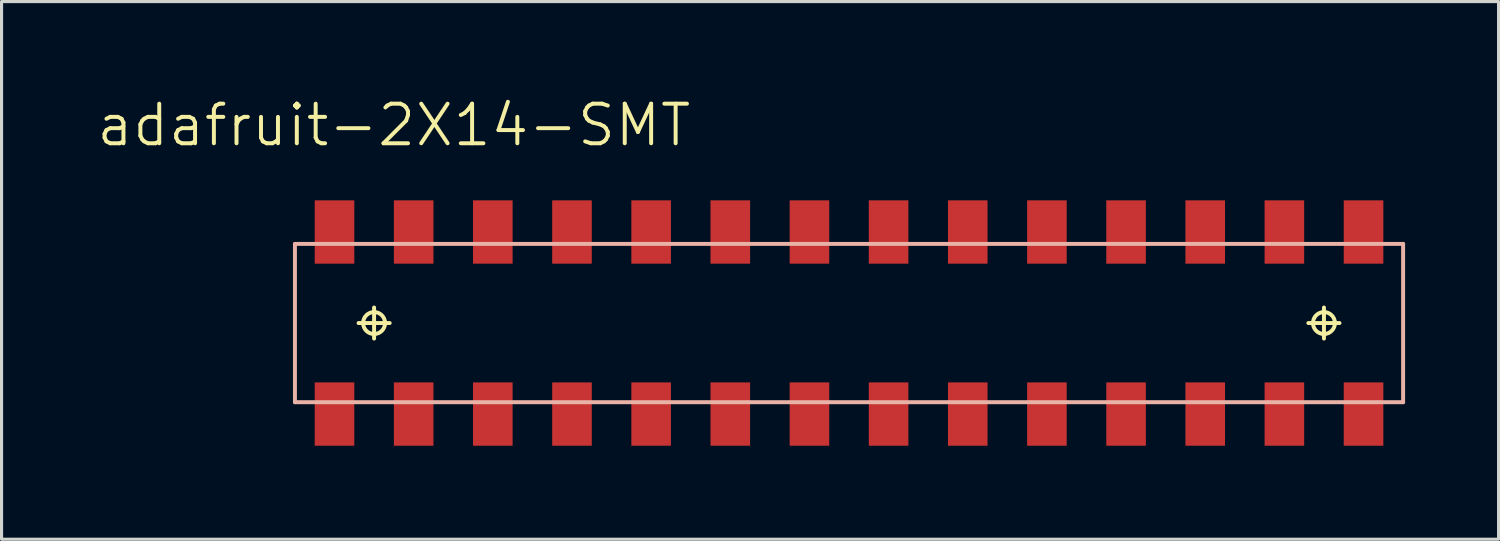
<source format=kicad_pcb>
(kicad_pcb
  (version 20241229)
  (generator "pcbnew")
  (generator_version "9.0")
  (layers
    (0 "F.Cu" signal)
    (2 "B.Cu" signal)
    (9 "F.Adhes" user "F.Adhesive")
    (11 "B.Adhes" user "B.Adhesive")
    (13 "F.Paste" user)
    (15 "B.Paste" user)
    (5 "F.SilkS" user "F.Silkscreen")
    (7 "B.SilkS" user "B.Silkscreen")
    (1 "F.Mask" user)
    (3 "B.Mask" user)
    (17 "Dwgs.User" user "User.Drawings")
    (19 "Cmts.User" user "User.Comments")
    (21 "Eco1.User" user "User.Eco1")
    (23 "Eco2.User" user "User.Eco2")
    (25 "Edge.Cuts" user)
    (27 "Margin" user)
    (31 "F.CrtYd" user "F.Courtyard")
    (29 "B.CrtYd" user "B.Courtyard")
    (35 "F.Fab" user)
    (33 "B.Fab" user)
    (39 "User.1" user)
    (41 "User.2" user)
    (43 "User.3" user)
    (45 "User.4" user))
  (footprint "adafruit-2X14-SMT"
    (layer "F.Cu")
    (at 24.194 7.316)
    (property "Reference" "adafruit-2X14-SMT" (at -14.605 -6.35 0) (layer "F.SilkS") (effects (font (size 1.27 1.27) (thickness 0.127))))
    (attr smd)
    (fp_line (start -15.738 0) (end -14.74 0) (stroke (width 0.127) (type solid)) (layer "F.SilkS"))
    (fp_line (start -15.24 0.498) (end -15.24 -0.498) (stroke (width 0.127) (type solid)) (layer "F.SilkS"))
    (fp_line (start 14.74 0) (end 15.738 0) (stroke (width 0.127) (type solid)) (layer "F.SilkS"))
    (fp_line (start 15.24 0.498) (end 15.24 -0.498) (stroke (width 0.127) (type solid)) (layer "F.SilkS"))
    (fp_circle (center -15.24 0) (end -15.489 0.249) (stroke (width 0.127) (type solid)) (fill no) (layer "F.SilkS"))
    (fp_circle (center 15.24 0) (end 15.489 0.249) (stroke (width 0.127) (type solid)) (fill no) (layer "F.SilkS"))
    (fp_line (start -17.78 -2.54) (end 17.78 -2.54) (stroke (width 0.127) (type solid)) (layer "B.SilkS"))
    (fp_line (start -17.78 2.54) (end -17.78 -2.54) (stroke (width 0.127) (type solid)) (layer "B.SilkS"))
    (fp_line (start 17.78 -2.54) (end 17.78 2.54) (stroke (width 0.127) (type solid)) (layer "B.SilkS"))
    (fp_line (start 17.78 2.54) (end -17.78 2.54) (stroke (width 0.127) (type solid)) (layer "B.SilkS"))
    (pad "1" smd rect (at -16.51 2.921 180) (size 1.27 2.032) (layers "F.Cu" "F.Mask" "F.Paste"))
    (pad "2" smd rect (at -16.51 -2.921) (size 1.27 2.032) (layers "F.Cu" "F.Mask" "F.Paste"))
    (pad "3" smd rect (at -13.97 2.921 180) (size 1.27 2.032) (layers "F.Cu" "F.Mask" "F.Paste"))
    (pad "4" smd rect (at -13.97 -2.921) (size 1.27 2.032) (layers "F.Cu" "F.Mask" "F.Paste"))
    (pad "5" smd rect (at -11.43 2.921 180) (size 1.27 2.032) (layers "F.Cu" "F.Mask" "F.Paste"))
    (pad "6" smd rect (at -11.43 -2.921) (size 1.27 2.032) (layers "F.Cu" "F.Mask" "F.Paste"))
    (pad "7" smd rect (at -8.89 2.921 180) (size 1.27 2.032) (layers "F.Cu" "F.Mask" "F.Paste"))
    (pad "8" smd rect (at -8.89 -2.921) (size 1.27 2.032) (layers "F.Cu" "F.Mask" "F.Paste"))
    (pad "9" smd rect (at -6.35 2.921 180) (size 1.27 2.032) (layers "F.Cu" "F.Mask" "F.Paste"))
    (pad "10" smd rect (at -6.35 -2.921) (size 1.27 2.032) (layers "F.Cu" "F.Mask" "F.Paste"))
    (pad "11" smd rect (at -3.81 2.921 180) (size 1.27 2.032) (layers "F.Cu" "F.Mask" "F.Paste"))
    (pad "12" smd rect (at -3.81 -2.921) (size 1.27 2.032) (layers "F.Cu" "F.Mask" "F.Paste"))
    (pad "13" smd rect (at -1.27 2.921 180) (size 1.27 2.032) (layers "F.Cu" "F.Mask" "F.Paste"))
    (pad "14" smd rect (at -1.27 -2.921) (size 1.27 2.032) (layers "F.Cu" "F.Mask" "F.Paste"))
    (pad "15" smd rect (at 1.27 2.921 180) (size 1.27 2.032) (layers "F.Cu" "F.Mask" "F.Paste"))
    (pad "16" smd rect (at 1.27 -2.921) (size 1.27 2.032) (layers "F.Cu" "F.Mask" "F.Paste"))
    (pad "17" smd rect (at 3.81 2.921 180) (size 1.27 2.032) (layers "F.Cu" "F.Mask" "F.Paste"))
    (pad "18" smd rect (at 3.81 -2.921) (size 1.27 2.032) (layers "F.Cu" "F.Mask" "F.Paste"))
    (pad "19" smd rect (at 6.35 2.921 180) (size 1.27 2.032) (layers "F.Cu" "F.Mask" "F.Paste"))
    (pad "20" smd rect (at 6.35 -2.921) (size 1.27 2.032) (layers "F.Cu" "F.Mask" "F.Paste"))
    (pad "21" smd rect (at 8.89 2.921 180) (size 1.27 2.032) (layers "F.Cu" "F.Mask" "F.Paste"))
    (pad "22" smd rect (at 8.89 -2.921) (size 1.27 2.032) (layers "F.Cu" "F.Mask" "F.Paste"))
    (pad "23" smd rect (at 11.43 2.921 180) (size 1.27 2.032) (layers "F.Cu" "F.Mask" "F.Paste"))
    (pad "24" smd rect (at 11.43 -2.921) (size 1.27 2.032) (layers "F.Cu" "F.Mask" "F.Paste"))
    (pad "25" smd rect (at 13.97 2.921 180) (size 1.27 2.032) (layers "F.Cu" "F.Mask" "F.Paste"))
    (pad "26" smd rect (at 13.97 -2.921) (size 1.27 2.032) (layers "F.Cu" "F.Mask" "F.Paste"))
    (pad "27" smd rect (at 16.51 2.921 180) (size 1.27 2.032) (layers "F.Cu" "F.Mask" "F.Paste"))
    (pad "28" smd rect (at 16.51 -2.921) (size 1.27 2.032) (layers "F.Cu" "F.Mask" "F.Paste")))
  (gr_rect
    (start -3 -3)
    (end 45.037 14.253)
    (stroke (width 0.1) (type default))
    (fill no)
    (layer "Edge.Cuts")))
</source>
